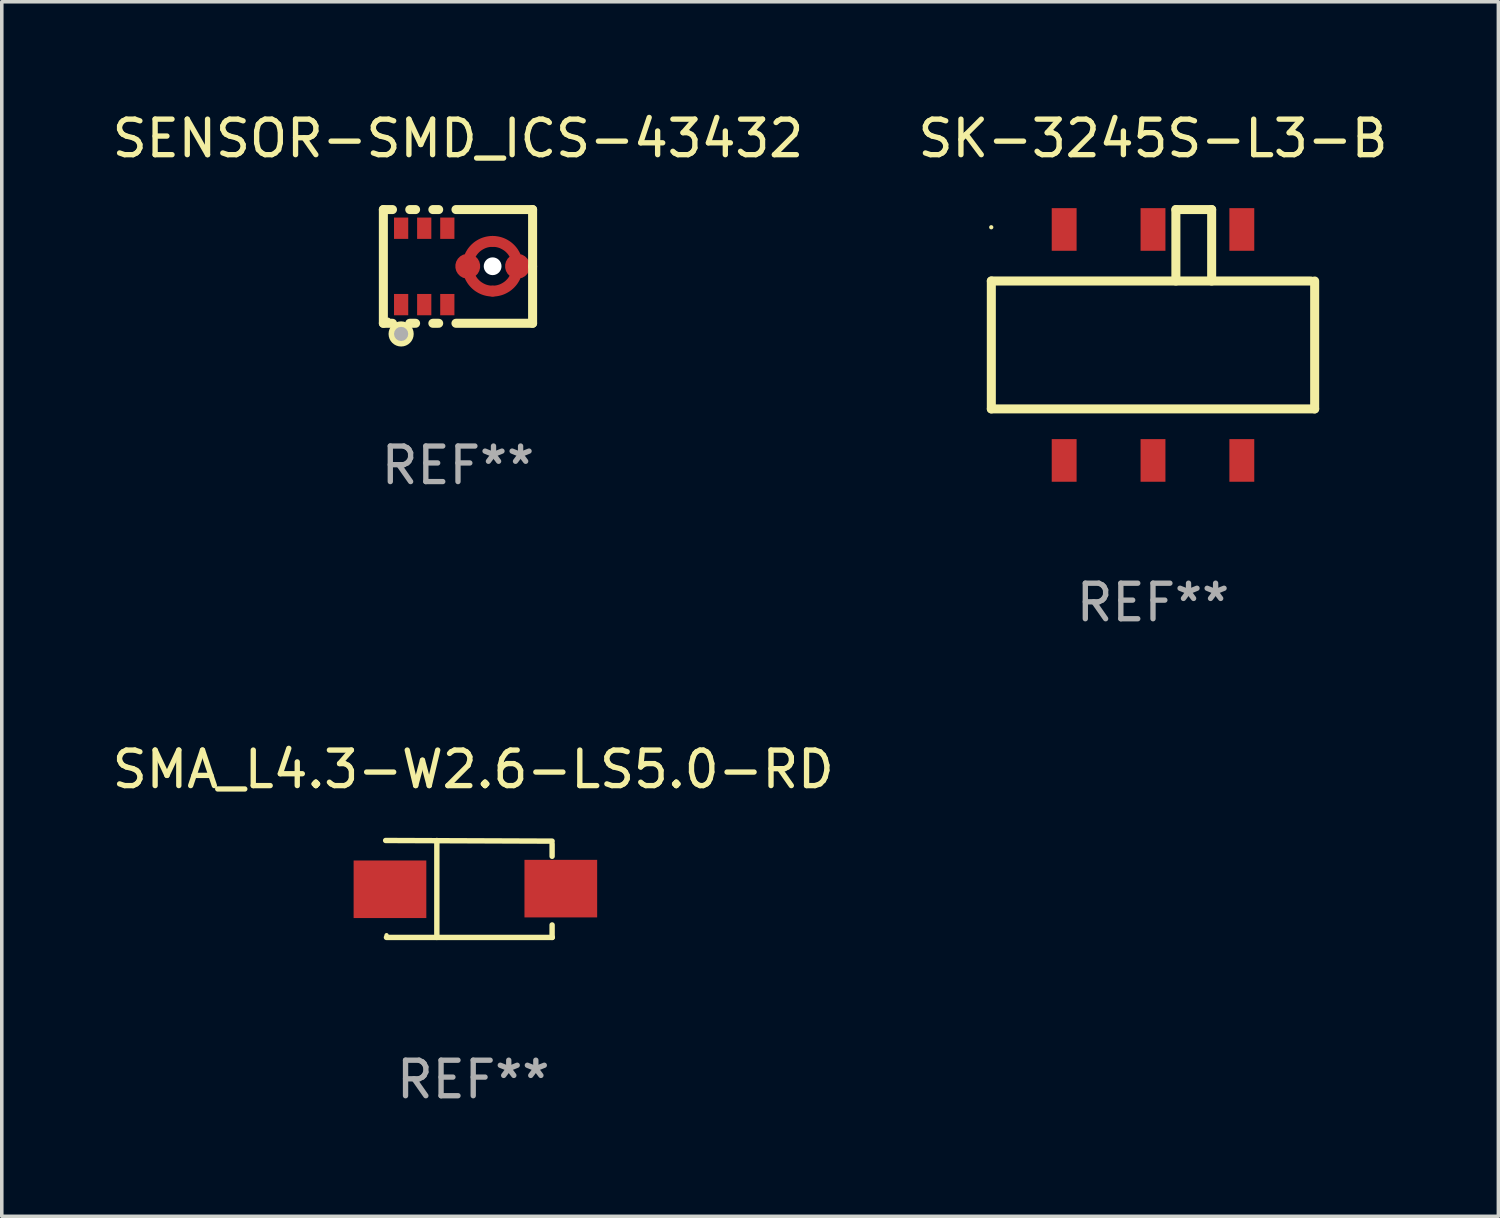
<source format=kicad_pcb>
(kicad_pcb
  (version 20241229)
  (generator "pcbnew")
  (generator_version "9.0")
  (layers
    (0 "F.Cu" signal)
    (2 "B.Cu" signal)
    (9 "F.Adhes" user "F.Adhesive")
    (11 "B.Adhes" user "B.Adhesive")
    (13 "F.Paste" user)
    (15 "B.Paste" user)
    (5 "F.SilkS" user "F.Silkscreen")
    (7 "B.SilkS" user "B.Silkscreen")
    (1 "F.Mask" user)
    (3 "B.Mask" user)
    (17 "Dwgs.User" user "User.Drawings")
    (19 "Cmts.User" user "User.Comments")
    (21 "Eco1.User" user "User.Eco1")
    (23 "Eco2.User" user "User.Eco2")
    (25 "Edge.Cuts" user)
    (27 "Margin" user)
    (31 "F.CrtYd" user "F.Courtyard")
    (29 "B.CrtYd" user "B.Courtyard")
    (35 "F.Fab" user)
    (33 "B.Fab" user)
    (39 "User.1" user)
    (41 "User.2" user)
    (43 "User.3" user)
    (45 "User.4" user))
  (footprint "SMA_L4.3-W2.6-LS5.0-RD"
    (layer "F.Cu")
    (at 10.268 21.968)
    (property "Reference" "SMA_L4.3-W2.6-LS5.0-RD" (at 0 -3.364 0) (layer "F.SilkS") (effects (font (size 1 1) (thickness 0.15))))
    (attr through_hole)
    (fp_line (start -2.465 -1.364) (end 2.22 -1.346) (stroke (width 0.152) (type solid)) (layer "F.SilkS"))
    (fp_line (start -2.442 1.364) (end 2.226 1.364) (stroke (width 0.152) (type solid)) (layer "F.SilkS"))
    (fp_line (start -1.024 -1.364) (end -1.024 1.364) (stroke (width 0.152) (type solid)) (layer "F.SilkS"))
    (fp_line (start 2.22 -1.27) (end 2.22 -0.919) (stroke (width 0.152) (type solid)) (layer "F.SilkS"))
    (fp_line (start 2.22 1.364) (end 2.22 1.013) (stroke (width 0.152) (type solid)) (layer "F.SilkS"))
    (fp_circle (center -2.439 1.3) (end -2.409 1.3) (stroke (width 0.06) (type solid)) (fill no) (layer "F.SilkS"))
    (fp_text user "REF**" (at 0 5.364 0) (layer "F.Fab") (effects (font (size 1 1) (thickness 0.15))))
    (pad "1" smd rect (at -2.343 0.009) (size 2.046 1.62) (layers "F.Cu" "F.Mask" "F.Paste"))
    (pad "2" smd rect (at 2.465 -0.009 180) (size 2.046 1.62) (layers "F.Cu" "F.Mask" "F.Paste")))
  (footprint "SENSOR-SMD_ICS-43432"
    (layer "F.Cu")
    (at 9.839 4.448)
    (property "Reference" "SENSOR-SMD_ICS-43432" (at 0 -3.6 0) (layer "F.SilkS") (effects (font (size 1 1) (thickness 0.15))))
    (attr through_hole)
    (fp_line (start -2.1 -1.6) (end -2.1 1.6) (stroke (width 0.254) (type solid)) (layer "F.SilkS"))
    (fp_line (start -2.1 -1.6) (end -1.843 -1.6) (stroke (width 0.254) (type solid)) (layer "F.SilkS"))
    (fp_line (start -1.843 1.6) (end -2.1 1.6) (stroke (width 0.254) (type solid)) (layer "F.SilkS"))
    (fp_line (start -1.357 -1.6) (end -1.193 -1.6) (stroke (width 0.254) (type solid)) (layer "F.SilkS"))
    (fp_line (start -1.193 1.6) (end -1.357 1.6) (stroke (width 0.254) (type solid)) (layer "F.SilkS"))
    (fp_line (start -0.707 -1.6) (end -0.543 -1.6) (stroke (width 0.254) (type solid)) (layer "F.SilkS"))
    (fp_line (start -0.543 1.6) (end -0.707 1.6) (stroke (width 0.254) (type solid)) (layer "F.SilkS"))
    (fp_line (start -0.057 -1.6) (end 2.1 -1.6) (stroke (width 0.254) (type solid)) (layer "F.SilkS"))
    (fp_line (start 2.1 0.000013) (end 2.1 -1.6) (stroke (width 0.254) (type solid)) (layer "F.SilkS"))
    (fp_line (start 2.1 1.6) (end -0.057 1.6) (stroke (width 0.254) (type solid)) (layer "F.SilkS"))
    (fp_line (start 2.1 1.6) (end 2.1 0.000013) (stroke (width 0.254) (type solid)) (layer "F.SilkS"))
    (fp_circle (center -1.963 1.5) (end -1.933 1.5) (stroke (width 0.06) (type solid)) (fill no) (layer "F.SilkS"))
    (fp_circle (center -1.6 1.9) (end -1.5 1.9) (stroke (width 0.254) (type solid)) (fill no) (layer "F.SilkS"))
    (fp_circle (center -1.6 1.9) (end -1.5 1.9) (stroke (width 0.2) (type solid)) (fill no) (layer "F.Fab"))
    (fp_text user "REF**" (at 0 5.6 0) (layer "F.Fab") (effects (font (size 1 1) (thickness 0.15))))
    (pad "" np_thru_hole circle (at 0.975 -0.005) (size 0.5 0.5) (drill 0.5) (layers "*.Cu" "*.Mask"))
    (pad "1" smd rect (at -1.6 1.075 90) (size 0.6 0.4) (layers "F.Cu" "F.Mask" "F.Paste"))
    (pad "2" smd rect (at -0.95 1.075 90) (size 0.6 0.4) (layers "F.Cu" "F.Mask" "F.Paste"))
    (pad "3" smd rect (at -0.3 1.075 90) (size 0.6 0.4) (layers "F.Cu" "F.Mask" "F.Paste"))
    (pad "4" smd custom (at 0.275 -0.005) (size 0.7 1.4) (layers "F.Cu" "F.Mask" "F.Paste") (options (anchor circle)) (primitives (gr_poly (pts (xy 0.7 -0.547) (xy 0.666 -0.546) (xy 0.633 -0.543) (xy 0.599 -0.538) (xy 0.566 -0.531) (xy 0.534 -0.522) (xy 0.502 -0.511) (xy 0.471 -0.497) (xy 0.441 -0.482) (xy 0.412 -0.465) (xy 0.384 -0.447) (xy 0.357 -0.427) (xy 0.331 -0.405) (xy 0.307 -0.381) (xy 0.284 -0.356) (xy 0.263 -0.33) (xy 0.244 -0.302) (xy 0.226 -0.274) (xy 0.21 -0.244) (xy 0.196 -0.213) (xy 0.184 -0.182) (xy 0.173 -0.15) (xy 0.165 -0.117) (xy 0.159 -0.084) (xy 0.155 -0.051) (xy 0.153 -0.017) (xy 0.153 0.017) (xy 0.155 0.051) (xy 0.159 0.084) (xy 0.165 0.117) (xy 0.173 0.15) (xy 0.184 0.182) (xy 0.196 0.213) (xy 0.21 0.244) (xy 0.226 0.274) (xy 0.244 0.302) (xy 0.263 0.33) (xy 0.284 0.356) (xy 0.307 0.381) (xy 0.331 0.405) (xy 0.357 0.427) (xy 0.384 0.447) (xy 0.412 0.465) (xy 0.441 0.482) (xy 0.471 0.497) (xy 0.502 0.511) (xy 0.534 0.522) (xy 0.566 0.531) (xy 0.599 0.538) (xy 0.633 0.543) (xy 0.666 0.546) (xy 0.7 0.547) (xy 0.718 0.549) (xy 0.735 0.552) (xy 0.752 0.557) (xy 0.768 0.564) (xy 0.784 0.573) (xy 0.798 0.583) (xy 0.811 0.595) (xy 0.822 0.609) (xy 0.832 0.624) (xy 0.84 0.64) (xy 0.846 0.656) (xy 0.85 0.674) (xy 0.852 0.691) (xy 0.852 0.709) (xy 0.85 0.726) (xy 0.846 0.744) (xy 0.84 0.76) (xy 0.832 0.776) (xy 0.822 0.791) (xy 0.811 0.805) (xy 0.798 0.817) (xy 0.784 0.827) (xy 0.768 0.836) (xy 0.752 0.843) (xy 0.735 0.848) (xy 0.718 0.851) (xy 0.7 0.853) (xy 0.658 0.851) (xy 0.616 0.848) (xy 0.575 0.843) (xy 0.534 0.836) (xy 0.493 0.827) (xy 0.453 0.816) (xy 0.413 0.803) (xy 0.374 0.788) (xy 0.336 0.771) (xy 0.298 0.752) (xy 0.262 0.731) (xy 0.226 0.709) (xy 0.192 0.685) (xy 0.159 0.659) (xy 0.128 0.632) (xy 0.097 0.603) (xy 0.068 0.572) (xy 0.041 0.541) (xy 0.015 0.508) (xy -0.009 0.474) (xy -0.031 0.438) (xy -0.052 0.402) (xy -0.071 0.364) (xy -0.088 0.326) (xy -0.103 0.287) (xy -0.116 0.247) (xy -0.127 0.207) (xy -0.136 0.166) (xy -0.143 0.125) (xy -0.148 0.084) (xy -0.151 0.042) (xy -0.153 0) (xy -0.151 -0.042) (xy -0.148 -0.084) (xy -0.143 -0.125) (xy -0.136 -0.166) (xy -0.127 -0.207) (xy -0.116 -0.247) (xy -0.103 -0.287) (xy -0.088 -0.326) (xy -0.071 -0.364) (xy -0.052 -0.402) (xy -0.031 -0.438) (xy -0.009 -0.474) (xy 0.015 -0.508) (xy 0.041 -0.541) (xy 0.068 -0.572) (xy 0.097 -0.603) (xy 0.128 -0.632) (xy 0.159 -0.659) (xy 0.192 -0.685) (xy 0.226 -0.709) (xy 0.262 -0.731) (xy 0.298 -0.752) (xy 0.336 -0.771) (xy 0.374 -0.788) (xy 0.413 -0.803) (xy 0.453 -0.816) (xy 0.493 -0.827) (xy 0.534 -0.836) (xy 0.575 -0.843) (xy 0.616 -0.848) (xy 0.658 -0.851) (xy 0.7 -0.853) (xy 0.718 -0.851) (xy 0.735 -0.848) (xy 0.752 -0.843) (xy 0.768 -0.836) (xy 0.784 -0.827) (xy 0.798 -0.817) (xy 0.811 -0.805) (xy 0.822 -0.791) (xy 0.832 -0.776) (xy 0.84 -0.76) (xy 0.846 -0.744) (xy 0.85 -0.726) (xy 0.852 -0.709) (xy 0.852 -0.691) (xy 0.85 -0.674) (xy 0.846 -0.656) (xy 0.84 -0.64) (xy 0.832 -0.624) (xy 0.822 -0.609) (xy 0.811 -0.595) (xy 0.798 -0.583) (xy 0.784 -0.573) (xy 0.768 -0.564) (xy 0.752 -0.557) (xy 0.735 -0.552) (xy 0.718 -0.549) (xy 0.7 -0.547)) (width 0) (fill yes))))
    (pad "4" smd custom (at 1.675 -0.005) (size 0.7 1.4) (layers "F.Cu" "F.Mask" "F.Paste") (options (anchor circle)) (primitives (gr_poly (pts (xy -0.7 0.547) (xy -0.666 0.546) (xy -0.633 0.543) (xy -0.599 0.538) (xy -0.566 0.531) (xy -0.534 0.522) (xy -0.502 0.511) (xy -0.471 0.497) (xy -0.441 0.482) (xy -0.412 0.465) (xy -0.384 0.447) (xy -0.357 0.427) (xy -0.331 0.405) (xy -0.307 0.381) (xy -0.284 0.356) (xy -0.263 0.33) (xy -0.244 0.302) (xy -0.226 0.274) (xy -0.21 0.244) (xy -0.196 0.213) (xy -0.184 0.182) (xy -0.173 0.15) (xy -0.165 0.117) (xy -0.159 0.084) (xy -0.155 0.051) (xy -0.153 0.017) (xy -0.153 -0.017) (xy -0.155 -0.051) (xy -0.159 -0.084) (xy -0.165 -0.117) (xy -0.173 -0.15) (xy -0.184 -0.182) (xy -0.196 -0.213) (xy -0.21 -0.244) (xy -0.226 -0.274) (xy -0.244 -0.302) (xy -0.263 -0.33) (xy -0.284 -0.356) (xy -0.307 -0.381) (xy -0.331 -0.405) (xy -0.357 -0.427) (xy -0.384 -0.447) (xy -0.412 -0.465) (xy -0.441 -0.482) (xy -0.471 -0.497) (xy -0.502 -0.511) (xy -0.534 -0.522) (xy -0.566 -0.531) (xy -0.599 -0.538) (xy -0.633 -0.543) (xy -0.666 -0.546) (xy -0.7 -0.547) (xy -0.718 -0.549) (xy -0.735 -0.552) (xy -0.752 -0.557) (xy -0.769 -0.564) (xy -0.784 -0.573) (xy -0.798 -0.583) (xy -0.811 -0.595) (xy -0.822 -0.609) (xy -0.832 -0.624) (xy -0.84 -0.64) (xy -0.846 -0.656) (xy -0.85 -0.674) (xy -0.852 -0.691) (xy -0.852 -0.709) (xy -0.85 -0.726) (xy -0.846 -0.744) (xy -0.84 -0.76) (xy -0.832 -0.776) (xy -0.822 -0.791) (xy -0.811 -0.805) (xy -0.798 -0.817) (xy -0.784 -0.827) (xy -0.769 -0.836) (xy -0.752 -0.843) (xy -0.735 -0.848) (xy -0.718 -0.851) (xy -0.7 -0.853) (xy -0.658 -0.851) (xy -0.616 -0.848) (xy -0.575 -0.843) (xy -0.534 -0.836) (xy -0.493 -0.827) (xy -0.453 -0.816) (xy -0.413 -0.803) (xy -0.374 -0.788) (xy -0.336 -0.771) (xy -0.298 -0.752) (xy -0.262 -0.731) (xy -0.226 -0.709) (xy -0.192 -0.685) (xy -0.159 -0.659) (xy -0.128 -0.632) (xy -0.097 -0.603) (xy -0.068 -0.572) (xy -0.041 -0.541) (xy -0.015 -0.508) (xy 0.009 -0.474) (xy 0.031 -0.438) (xy 0.052 -0.402) (xy 0.071 -0.364) (xy 0.088 -0.326) (xy 0.103 -0.287) (xy 0.116 -0.247) (xy 0.127 -0.207) (xy 0.136 -0.166) (xy 0.143 -0.125) (xy 0.148 -0.084) (xy 0.151 -0.042) (xy 0.152 0) (xy 0.151 0.042) (xy 0.148 0.084) (xy 0.143 0.125) (xy 0.136 0.166) (xy 0.127 0.207) (xy 0.116 0.247) (xy 0.103 0.287) (xy 0.088 0.326) (xy 0.071 0.364) (xy 0.052 0.402) (xy 0.031 0.438) (xy 0.009 0.474) (xy -0.015 0.508) (xy -0.041 0.541) (xy -0.068 0.572) (xy -0.097 0.603) (xy -0.128 0.632) (xy -0.159 0.659) (xy -0.192 0.685) (xy -0.226 0.709) (xy -0.262 0.731) (xy -0.298 0.752) (xy -0.336 0.771) (xy -0.374 0.788) (xy -0.413 0.803) (xy -0.453 0.816) (xy -0.493 0.827) (xy -0.534 0.836) (xy -0.575 0.843) (xy -0.616 0.848) (xy -0.658 0.851) (xy -0.7 0.853) (xy -0.718 0.851) (xy -0.735 0.848) (xy -0.752 0.843) (xy -0.769 0.836) (xy -0.784 0.827) (xy -0.798 0.817) (xy -0.811 0.805) (xy -0.822 0.791) (xy -0.832 0.776) (xy -0.84 0.76) (xy -0.846 0.744) (xy -0.85 0.726) (xy -0.852 0.709) (xy -0.852 0.691) (xy -0.85 0.674) (xy -0.846 0.656) (xy -0.84 0.64) (xy -0.832 0.624) (xy -0.822 0.609) (xy -0.811 0.595) (xy -0.798 0.583) (xy -0.784 0.573) (xy -0.769 0.564) (xy -0.752 0.557) (xy -0.735 0.552) (xy -0.718 0.549) (xy -0.7 0.547)) (width 0) (fill yes))))
    (pad "5" smd rect (at -0.3 -1.075 90) (size 0.6 0.4) (layers "F.Cu" "F.Mask" "F.Paste"))
    (pad "6" smd rect (at -0.95 -1.075 90) (size 0.6 0.4) (layers "F.Cu" "F.Mask" "F.Paste"))
    (pad "7" smd rect (at -1.6 -1.075 90) (size 0.6 0.4) (layers "F.Cu" "F.Mask" "F.Paste")))
  (footprint "SK-3245S-L3-B"
    (layer "F.Cu")
    (at 29.399 6.378)
    (property "Reference" "SK-3245S-L3-B" (at 0 -5.53 0) (layer "F.SilkS") (effects (font (size 1 1) (thickness 0.15))))
    (attr through_hole)
    (fp_line (start -4.55 -1.52) (end -4.55 2.08) (stroke (width 0.254) (type solid)) (layer "F.SilkS"))
    (fp_line (start -4.55 -1.52) (end 4.445 -1.52) (stroke (width 0.254) (type solid)) (layer "F.SilkS"))
    (fp_line (start -4.55 2.08) (end 4.55 2.08) (stroke (width 0.254) (type solid)) (layer "F.SilkS"))
    (fp_line (start 0.644 -3.53) (end 1.651 -3.53) (stroke (width 0.254) (type solid)) (layer "F.SilkS"))
    (fp_line (start 0.644 -1.52) (end 0.644 -3.53) (stroke (width 0.254) (type solid)) (layer "F.SilkS"))
    (fp_line (start 1.651 -3.53) (end 1.651 -1.52) (stroke (width 0.254) (type solid)) (layer "F.SilkS"))
    (fp_line (start 4.55 -1.52) (end 4.55 2.08) (stroke (width 0.254) (type solid)) (layer "F.SilkS"))
    (fp_circle (center -4.552 -3.032) (end -4.522 -3.032) (stroke (width 0.06) (type solid)) (fill no) (layer "F.SilkS"))
    (fp_text user "REF**" (at 0 7.53 0) (layer "F.Fab") (effects (font (size 1 1) (thickness 0.15))))
    (pad "1" smd rect (at -2.5 -2.97 180) (size 0.7 1.2) (layers "F.Cu" "F.Mask" "F.Paste"))
    (pad "2" smd rect (at 0 -2.97 180) (size 0.7 1.2) (layers "F.Cu" "F.Mask" "F.Paste"))
    (pad "3" smd rect (at 2.5 -2.97 180) (size 0.7 1.2) (layers "F.Cu" "F.Mask" "F.Paste"))
    (pad "4" smd rect (at -2.5 3.53 180) (size 0.7 1.2) (layers "F.Cu" "F.Mask" "F.Paste"))
    (pad "5" smd rect (at 0 3.53 180) (size 0.7 1.2) (layers "F.Cu" "F.Mask" "F.Paste"))
    (pad "6" smd rect (at 2.5 3.53 180) (size 0.7 1.2) (layers "F.Cu" "F.Mask" "F.Paste")))
  (gr_rect
    (start -3 -3)
    (end 39.119 31.18)
    (stroke (width 0.1) (type default))
    (fill no)
    (layer "Edge.Cuts")))
</source>
